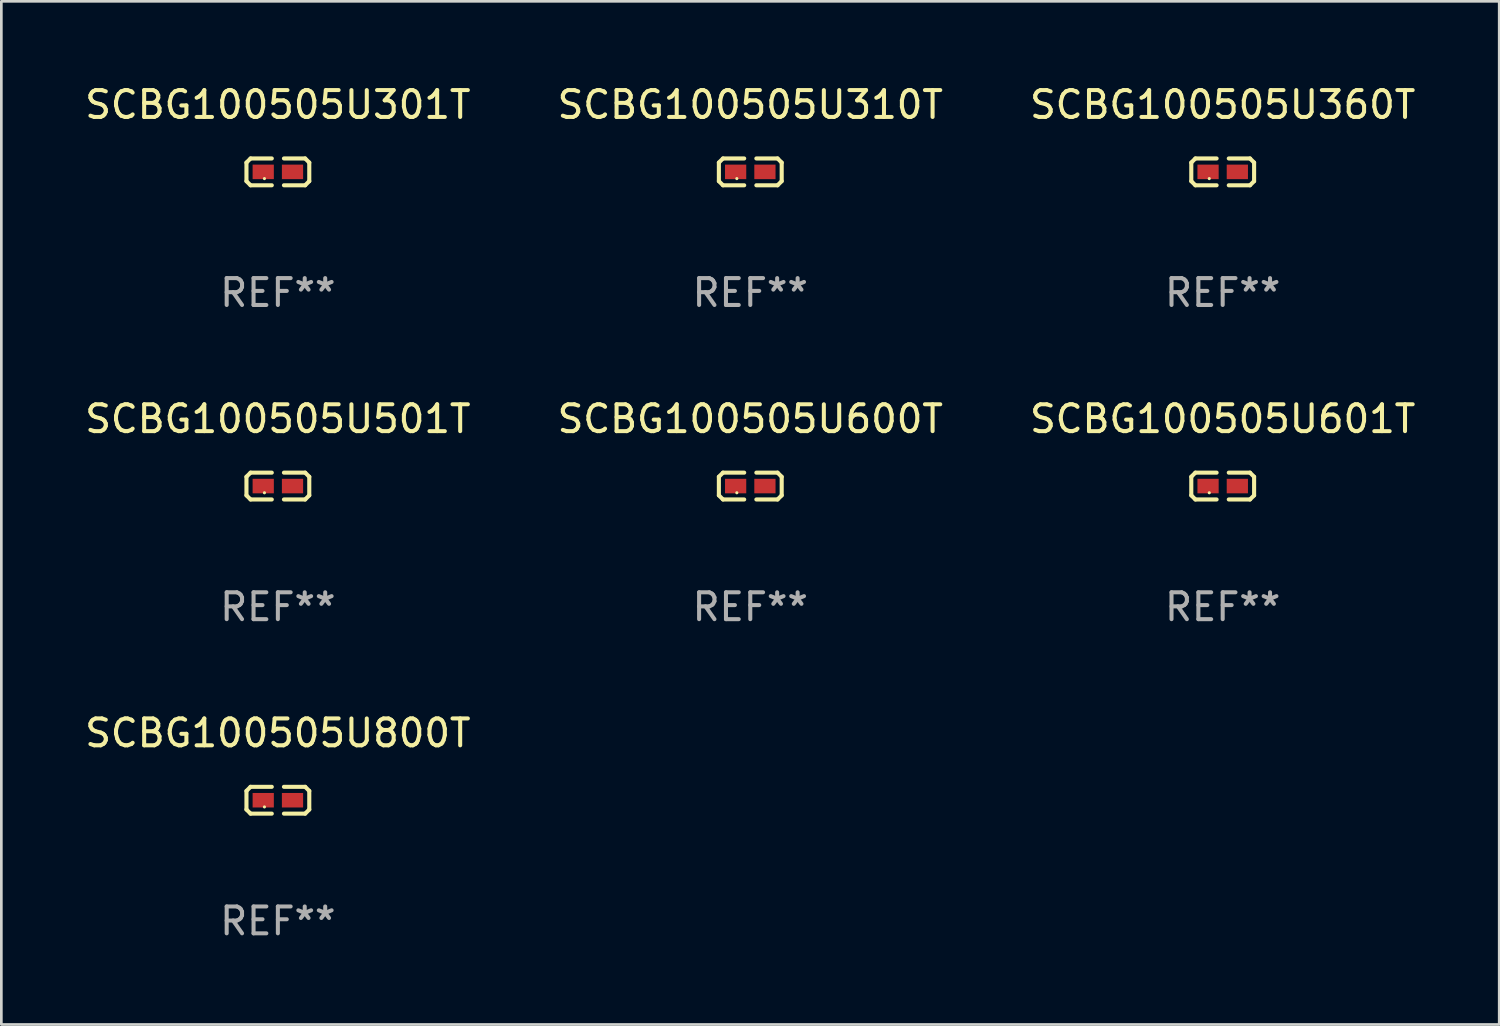
<source format=kicad_pcb>
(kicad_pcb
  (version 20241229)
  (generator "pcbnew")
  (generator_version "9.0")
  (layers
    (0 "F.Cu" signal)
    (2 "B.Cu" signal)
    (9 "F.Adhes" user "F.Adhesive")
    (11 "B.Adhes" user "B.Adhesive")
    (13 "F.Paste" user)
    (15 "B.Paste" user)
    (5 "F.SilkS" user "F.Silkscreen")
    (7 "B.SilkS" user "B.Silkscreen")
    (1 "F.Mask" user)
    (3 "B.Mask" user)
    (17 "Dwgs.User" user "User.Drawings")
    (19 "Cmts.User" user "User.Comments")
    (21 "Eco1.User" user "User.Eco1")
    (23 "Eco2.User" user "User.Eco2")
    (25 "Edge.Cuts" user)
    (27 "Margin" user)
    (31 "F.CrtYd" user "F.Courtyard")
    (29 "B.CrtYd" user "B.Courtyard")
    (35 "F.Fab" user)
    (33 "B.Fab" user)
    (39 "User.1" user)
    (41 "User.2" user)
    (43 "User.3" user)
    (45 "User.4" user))
  (footprint "SCBG100505U310T"
    (layer "F.Cu")
    (at 24.875 3.347)
    (property "Reference" "SCBG100505U310T" (at 0 -2.499 0) (layer "F.SilkS") (effects (font (size 1 1) (thickness 0.15))))
    (attr through_hole)
    (fp_line (start -1.169 -0.346) (end -1.016 -0.499) (stroke (width 0.152) (type solid)) (layer "F.SilkS"))
    (fp_line (start -1.169 0.346) (end -1.169 -0.346) (stroke (width 0.152) (type solid)) (layer "F.SilkS"))
    (fp_line (start -1.016 -0.499) (end -0.226 -0.499) (stroke (width 0.152) (type solid)) (layer "F.SilkS"))
    (fp_line (start -1.016 0.499) (end -1.169 0.346) (stroke (width 0.152) (type solid)) (layer "F.SilkS"))
    (fp_line (start -0.226 0.499) (end -1.016 0.499) (stroke (width 0.152) (type solid)) (layer "F.SilkS"))
    (fp_line (start 0.226 0.499) (end 1.016 0.499) (stroke (width 0.152) (type solid)) (layer "F.SilkS"))
    (fp_line (start 1.016 -0.499) (end 0.226 -0.499) (stroke (width 0.152) (type solid)) (layer "F.SilkS"))
    (fp_line (start 1.016 0.499) (end 1.169 0.346) (stroke (width 0.152) (type solid)) (layer "F.SilkS"))
    (fp_line (start 1.169 -0.346) (end 1.016 -0.499) (stroke (width 0.152) (type solid)) (layer "F.SilkS"))
    (fp_line (start 1.169 0.346) (end 1.169 -0.346) (stroke (width 0.152) (type solid)) (layer "F.SilkS"))
    (fp_circle (center -0.5 0.25) (end -0.47 0.25) (stroke (width 0.06) (type solid)) (fill no) (layer "F.SilkS"))
    (fp_text user "REF**" (at 0 4.499 0) (layer "F.Fab") (effects (font (size 1 1) (thickness 0.15))))
    (pad "1" smd rect (at -0.545 0) (size 0.79 0.54) (layers "F.Cu" "F.Mask" "F.Paste"))
    (pad "2" smd rect (at 0.545 0) (size 0.79 0.54) (layers "F.Cu" "F.Mask" "F.Paste")))
  (footprint "SCBG100505U501T"
    (layer "F.Cu")
    (at 7.292 15.041)
    (property "Reference" "SCBG100505U501T" (at 0 -2.499 0) (layer "F.SilkS") (effects (font (size 1 1) (thickness 0.15))))
    (attr through_hole)
    (fp_line (start -1.169 -0.346) (end -1.016 -0.499) (stroke (width 0.152) (type solid)) (layer "F.SilkS"))
    (fp_line (start -1.169 0.346) (end -1.169 -0.346) (stroke (width 0.152) (type solid)) (layer "F.SilkS"))
    (fp_line (start -1.016 -0.499) (end -0.226 -0.499) (stroke (width 0.152) (type solid)) (layer "F.SilkS"))
    (fp_line (start -1.016 0.499) (end -1.169 0.346) (stroke (width 0.152) (type solid)) (layer "F.SilkS"))
    (fp_line (start -0.226 0.499) (end -1.016 0.499) (stroke (width 0.152) (type solid)) (layer "F.SilkS"))
    (fp_line (start 0.226 0.499) (end 1.016 0.499) (stroke (width 0.152) (type solid)) (layer "F.SilkS"))
    (fp_line (start 1.016 -0.499) (end 0.226 -0.499) (stroke (width 0.152) (type solid)) (layer "F.SilkS"))
    (fp_line (start 1.016 0.499) (end 1.169 0.346) (stroke (width 0.152) (type solid)) (layer "F.SilkS"))
    (fp_line (start 1.169 -0.346) (end 1.016 -0.499) (stroke (width 0.152) (type solid)) (layer "F.SilkS"))
    (fp_line (start 1.169 0.346) (end 1.169 -0.346) (stroke (width 0.152) (type solid)) (layer "F.SilkS"))
    (fp_circle (center -0.5 0.25) (end -0.47 0.25) (stroke (width 0.06) (type solid)) (fill no) (layer "F.SilkS"))
    (fp_text user "REF**" (at 0 4.499 0) (layer "F.Fab") (effects (font (size 1 1) (thickness 0.15))))
    (pad "1" smd rect (at -0.545 0) (size 0.79 0.54) (layers "F.Cu" "F.Mask" "F.Paste"))
    (pad "2" smd rect (at 0.545 0) (size 0.79 0.54) (layers "F.Cu" "F.Mask" "F.Paste")))
  (footprint "SCBG100505U360T"
    (layer "F.Cu")
    (at 42.458 3.347)
    (property "Reference" "SCBG100505U360T" (at 0 -2.499 0) (layer "F.SilkS") (effects (font (size 1 1) (thickness 0.15))))
    (attr through_hole)
    (fp_line (start -1.169 -0.346) (end -1.016 -0.499) (stroke (width 0.152) (type solid)) (layer "F.SilkS"))
    (fp_line (start -1.169 0.346) (end -1.169 -0.346) (stroke (width 0.152) (type solid)) (layer "F.SilkS"))
    (fp_line (start -1.016 -0.499) (end -0.226 -0.499) (stroke (width 0.152) (type solid)) (layer "F.SilkS"))
    (fp_line (start -1.016 0.499) (end -1.169 0.346) (stroke (width 0.152) (type solid)) (layer "F.SilkS"))
    (fp_line (start -0.226 0.499) (end -1.016 0.499) (stroke (width 0.152) (type solid)) (layer "F.SilkS"))
    (fp_line (start 0.226 0.499) (end 1.016 0.499) (stroke (width 0.152) (type solid)) (layer "F.SilkS"))
    (fp_line (start 1.016 -0.499) (end 0.226 -0.499) (stroke (width 0.152) (type solid)) (layer "F.SilkS"))
    (fp_line (start 1.016 0.499) (end 1.169 0.346) (stroke (width 0.152) (type solid)) (layer "F.SilkS"))
    (fp_line (start 1.169 -0.346) (end 1.016 -0.499) (stroke (width 0.152) (type solid)) (layer "F.SilkS"))
    (fp_line (start 1.169 0.346) (end 1.169 -0.346) (stroke (width 0.152) (type solid)) (layer "F.SilkS"))
    (fp_circle (center -0.5 0.25) (end -0.47 0.25) (stroke (width 0.06) (type solid)) (fill no) (layer "F.SilkS"))
    (fp_text user "REF**" (at 0 4.499 0) (layer "F.Fab") (effects (font (size 1 1) (thickness 0.15))))
    (pad "1" smd rect (at -0.545 0) (size 0.79 0.54) (layers "F.Cu" "F.Mask" "F.Paste"))
    (pad "2" smd rect (at 0.545 0) (size 0.79 0.54) (layers "F.Cu" "F.Mask" "F.Paste")))
  (footprint "SCBG100505U800T"
    (layer "F.Cu")
    (at 7.292 26.734)
    (property "Reference" "SCBG100505U800T" (at 0 -2.499 0) (layer "F.SilkS") (effects (font (size 1 1) (thickness 0.15))))
    (attr through_hole)
    (fp_line (start -1.169 -0.346) (end -1.016 -0.499) (stroke (width 0.152) (type solid)) (layer "F.SilkS"))
    (fp_line (start -1.169 0.346) (end -1.169 -0.346) (stroke (width 0.152) (type solid)) (layer "F.SilkS"))
    (fp_line (start -1.016 -0.499) (end -0.226 -0.499) (stroke (width 0.152) (type solid)) (layer "F.SilkS"))
    (fp_line (start -1.016 0.499) (end -1.169 0.346) (stroke (width 0.152) (type solid)) (layer "F.SilkS"))
    (fp_line (start -0.226 0.499) (end -1.016 0.499) (stroke (width 0.152) (type solid)) (layer "F.SilkS"))
    (fp_line (start 0.226 0.499) (end 1.016 0.499) (stroke (width 0.152) (type solid)) (layer "F.SilkS"))
    (fp_line (start 1.016 -0.499) (end 0.226 -0.499) (stroke (width 0.152) (type solid)) (layer "F.SilkS"))
    (fp_line (start 1.016 0.499) (end 1.169 0.346) (stroke (width 0.152) (type solid)) (layer "F.SilkS"))
    (fp_line (start 1.169 -0.346) (end 1.016 -0.499) (stroke (width 0.152) (type solid)) (layer "F.SilkS"))
    (fp_line (start 1.169 0.346) (end 1.169 -0.346) (stroke (width 0.152) (type solid)) (layer "F.SilkS"))
    (fp_circle (center -0.5 0.25) (end -0.47 0.25) (stroke (width 0.06) (type solid)) (fill no) (layer "F.SilkS"))
    (fp_text user "REF**" (at 0 4.499 0) (layer "F.Fab") (effects (font (size 1 1) (thickness 0.15))))
    (pad "1" smd rect (at -0.545 0) (size 0.79 0.54) (layers "F.Cu" "F.Mask" "F.Paste"))
    (pad "2" smd rect (at 0.545 0) (size 0.79 0.54) (layers "F.Cu" "F.Mask" "F.Paste")))
  (footprint "SCBG100505U601T"
    (layer "F.Cu")
    (at 42.458 15.041)
    (property "Reference" "SCBG100505U601T" (at 0 -2.499 0) (layer "F.SilkS") (effects (font (size 1 1) (thickness 0.15))))
    (attr through_hole)
    (fp_line (start -1.169 -0.346) (end -1.016 -0.499) (stroke (width 0.152) (type solid)) (layer "F.SilkS"))
    (fp_line (start -1.169 0.346) (end -1.169 -0.346) (stroke (width 0.152) (type solid)) (layer "F.SilkS"))
    (fp_line (start -1.016 -0.499) (end -0.226 -0.499) (stroke (width 0.152) (type solid)) (layer "F.SilkS"))
    (fp_line (start -1.016 0.499) (end -1.169 0.346) (stroke (width 0.152) (type solid)) (layer "F.SilkS"))
    (fp_line (start -0.226 0.499) (end -1.016 0.499) (stroke (width 0.152) (type solid)) (layer "F.SilkS"))
    (fp_line (start 0.226 0.499) (end 1.016 0.499) (stroke (width 0.152) (type solid)) (layer "F.SilkS"))
    (fp_line (start 1.016 -0.499) (end 0.226 -0.499) (stroke (width 0.152) (type solid)) (layer "F.SilkS"))
    (fp_line (start 1.016 0.499) (end 1.169 0.346) (stroke (width 0.152) (type solid)) (layer "F.SilkS"))
    (fp_line (start 1.169 -0.346) (end 1.016 -0.499) (stroke (width 0.152) (type solid)) (layer "F.SilkS"))
    (fp_line (start 1.169 0.346) (end 1.169 -0.346) (stroke (width 0.152) (type solid)) (layer "F.SilkS"))
    (fp_circle (center -0.5 0.25) (end -0.47 0.25) (stroke (width 0.06) (type solid)) (fill no) (layer "F.SilkS"))
    (fp_text user "REF**" (at 0 4.499 0) (layer "F.Fab") (effects (font (size 1 1) (thickness 0.15))))
    (pad "1" smd rect (at -0.545 0) (size 0.79 0.54) (layers "F.Cu" "F.Mask" "F.Paste"))
    (pad "2" smd rect (at 0.545 0) (size 0.79 0.54) (layers "F.Cu" "F.Mask" "F.Paste")))
  (footprint "SCBG100505U600T"
    (layer "F.Cu")
    (at 24.875 15.041)
    (property "Reference" "SCBG100505U600T" (at 0 -2.499 0) (layer "F.SilkS") (effects (font (size 1 1) (thickness 0.15))))
    (attr through_hole)
    (fp_line (start -1.169 -0.346) (end -1.016 -0.499) (stroke (width 0.152) (type solid)) (layer "F.SilkS"))
    (fp_line (start -1.169 0.346) (end -1.169 -0.346) (stroke (width 0.152) (type solid)) (layer "F.SilkS"))
    (fp_line (start -1.016 -0.499) (end -0.226 -0.499) (stroke (width 0.152) (type solid)) (layer "F.SilkS"))
    (fp_line (start -1.016 0.499) (end -1.169 0.346) (stroke (width 0.152) (type solid)) (layer "F.SilkS"))
    (fp_line (start -0.226 0.499) (end -1.016 0.499) (stroke (width 0.152) (type solid)) (layer "F.SilkS"))
    (fp_line (start 0.226 0.499) (end 1.016 0.499) (stroke (width 0.152) (type solid)) (layer "F.SilkS"))
    (fp_line (start 1.016 -0.499) (end 0.226 -0.499) (stroke (width 0.152) (type solid)) (layer "F.SilkS"))
    (fp_line (start 1.016 0.499) (end 1.169 0.346) (stroke (width 0.152) (type solid)) (layer "F.SilkS"))
    (fp_line (start 1.169 -0.346) (end 1.016 -0.499) (stroke (width 0.152) (type solid)) (layer "F.SilkS"))
    (fp_line (start 1.169 0.346) (end 1.169 -0.346) (stroke (width 0.152) (type solid)) (layer "F.SilkS"))
    (fp_circle (center -0.5 0.25) (end -0.47 0.25) (stroke (width 0.06) (type solid)) (fill no) (layer "F.SilkS"))
    (fp_text user "REF**" (at 0 4.499 0) (layer "F.Fab") (effects (font (size 1 1) (thickness 0.15))))
    (pad "1" smd rect (at -0.545 0) (size 0.79 0.54) (layers "F.Cu" "F.Mask" "F.Paste"))
    (pad "2" smd rect (at 0.545 0) (size 0.79 0.54) (layers "F.Cu" "F.Mask" "F.Paste")))
  (footprint "SCBG100505U301T"
    (layer "F.Cu")
    (at 7.292 3.347)
    (property "Reference" "SCBG100505U301T" (at 0 -2.499 0) (layer "F.SilkS") (effects (font (size 1 1) (thickness 0.15))))
    (attr through_hole)
    (fp_line (start -1.169 -0.346) (end -1.016 -0.499) (stroke (width 0.152) (type solid)) (layer "F.SilkS"))
    (fp_line (start -1.169 0.346) (end -1.169 -0.346) (stroke (width 0.152) (type solid)) (layer "F.SilkS"))
    (fp_line (start -1.016 -0.499) (end -0.226 -0.499) (stroke (width 0.152) (type solid)) (layer "F.SilkS"))
    (fp_line (start -1.016 0.499) (end -1.169 0.346) (stroke (width 0.152) (type solid)) (layer "F.SilkS"))
    (fp_line (start -0.226 0.499) (end -1.016 0.499) (stroke (width 0.152) (type solid)) (layer "F.SilkS"))
    (fp_line (start 0.226 0.499) (end 1.016 0.499) (stroke (width 0.152) (type solid)) (layer "F.SilkS"))
    (fp_line (start 1.016 -0.499) (end 0.226 -0.499) (stroke (width 0.152) (type solid)) (layer "F.SilkS"))
    (fp_line (start 1.016 0.499) (end 1.169 0.346) (stroke (width 0.152) (type solid)) (layer "F.SilkS"))
    (fp_line (start 1.169 -0.346) (end 1.016 -0.499) (stroke (width 0.152) (type solid)) (layer "F.SilkS"))
    (fp_line (start 1.169 0.346) (end 1.169 -0.346) (stroke (width 0.152) (type solid)) (layer "F.SilkS"))
    (fp_circle (center -0.5 0.25) (end -0.47 0.25) (stroke (width 0.06) (type solid)) (fill no) (layer "F.SilkS"))
    (fp_text user "REF**" (at 0 4.499 0) (layer "F.Fab") (effects (font (size 1 1) (thickness 0.15))))
    (pad "1" smd rect (at -0.545 0) (size 0.79 0.54) (layers "F.Cu" "F.Mask" "F.Paste"))
    (pad "2" smd rect (at 0.545 0) (size 0.79 0.54) (layers "F.Cu" "F.Mask" "F.Paste")))
  (gr_rect
    (start -3 -3)
    (end 52.75 35.081)
    (stroke (width 0.1) (type default))
    (fill no)
    (layer "Edge.Cuts")))
</source>
